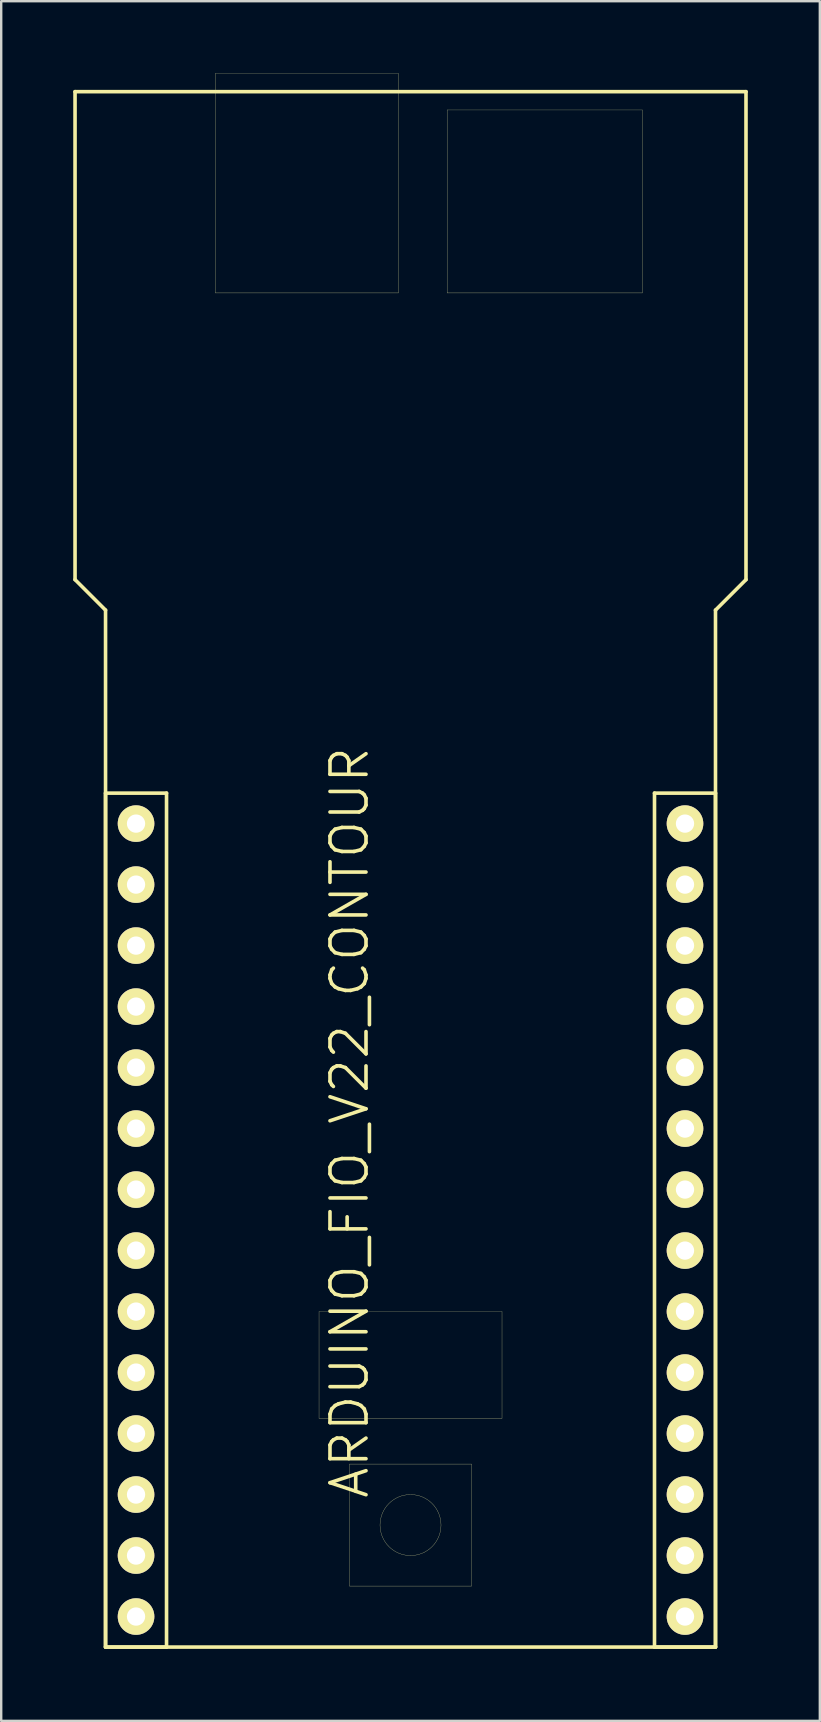
<source format=kicad_pcb>
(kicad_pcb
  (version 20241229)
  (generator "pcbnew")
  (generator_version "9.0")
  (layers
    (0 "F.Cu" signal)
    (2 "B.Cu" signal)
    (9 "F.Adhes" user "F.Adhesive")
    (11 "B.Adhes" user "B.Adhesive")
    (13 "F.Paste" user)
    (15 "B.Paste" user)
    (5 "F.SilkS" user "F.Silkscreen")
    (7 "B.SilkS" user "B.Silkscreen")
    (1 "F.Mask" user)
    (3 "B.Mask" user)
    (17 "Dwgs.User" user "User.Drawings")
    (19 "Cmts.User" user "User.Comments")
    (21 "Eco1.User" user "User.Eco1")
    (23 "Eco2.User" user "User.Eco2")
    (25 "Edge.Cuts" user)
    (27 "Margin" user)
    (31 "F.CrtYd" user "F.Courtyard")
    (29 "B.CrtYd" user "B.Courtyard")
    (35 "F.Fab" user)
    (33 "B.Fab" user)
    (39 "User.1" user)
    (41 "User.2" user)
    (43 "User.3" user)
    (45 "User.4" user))
  (footprint "ARDUINO_FIO_V22_CONTOUR"
    (layer "F.Cu")
    (at 14.045 47.757)
    (property "Reference" "ARDUINO_FIO_V22_CONTOUR" (at -2.54 -4.064 90) (layer "F.SilkS") (effects (font (size 1.5 1.5) (thickness 0.15))))
    (attr through_hole)
    (fp_line (start -13.97 -46.99) (end -13.97 -26.67) (stroke (width 0.15) (type solid)) (layer "F.SilkS"))
    (fp_line (start -13.97 -26.67) (end -12.7 -25.4) (stroke (width 0.15) (type solid)) (layer "F.SilkS"))
    (fp_line (start -12.7 -25.4) (end -12.7 17.78) (stroke (width 0.15) (type solid)) (layer "F.SilkS"))
    (fp_line (start -12.7 -17.78) (end -10.16 -17.78) (stroke (width 0.15) (type solid)) (layer "F.SilkS"))
    (fp_line (start -12.7 17.78) (end -12.7 -17.78) (stroke (width 0.15) (type solid)) (layer "F.SilkS"))
    (fp_line (start -12.7 17.78) (end 12.7 17.78) (stroke (width 0.15) (type solid)) (layer "F.SilkS"))
    (fp_line (start -10.16 -17.78) (end -10.16 17.78) (stroke (width 0.15) (type solid)) (layer "F.SilkS"))
    (fp_line (start -10.16 17.78) (end -12.7 17.78) (stroke (width 0.15) (type solid)) (layer "F.SilkS"))
    (fp_line (start -8.128 -47.752) (end -0.508 -47.752) (stroke (width 0.01) (type solid)) (layer "F.SilkS"))
    (fp_line (start -8.128 -38.608) (end -8.128 -47.752) (stroke (width 0.01) (type solid)) (layer "F.SilkS"))
    (fp_line (start -3.81 8.255) (end -3.81 3.81) (stroke (width 0.01) (type solid)) (layer "F.SilkS"))
    (fp_line (start -2.54 10.16) (end -2.54 15.24) (stroke (width 0.01) (type solid)) (layer "F.SilkS"))
    (fp_line (start -2.54 15.24) (end 2.54 15.24) (stroke (width 0.01) (type solid)) (layer "F.SilkS"))
    (fp_line (start -0.508 -47.752) (end -0.508 -38.608) (stroke (width 0.01) (type solid)) (layer "F.SilkS"))
    (fp_line (start -0.508 -38.608) (end -8.128 -38.608) (stroke (width 0.01) (type solid)) (layer "F.SilkS"))
    (fp_line (start 1.524 -46.228) (end 1.524 -38.608) (stroke (width 0.01) (type solid)) (layer "F.SilkS"))
    (fp_line (start 1.524 -38.608) (end 9.652 -38.608) (stroke (width 0.01) (type solid)) (layer "F.SilkS"))
    (fp_line (start 2.54 10.16) (end -2.54 10.16) (stroke (width 0.01) (type solid)) (layer "F.SilkS"))
    (fp_line (start 2.54 15.24) (end 2.54 10.16) (stroke (width 0.01) (type solid)) (layer "F.SilkS"))
    (fp_line (start 3.81 3.81) (end -3.81 3.81) (stroke (width 0.01) (type solid)) (layer "F.SilkS"))
    (fp_line (start 3.81 3.81) (end 3.81 8.255) (stroke (width 0.01) (type solid)) (layer "F.SilkS"))
    (fp_line (start 3.81 8.255) (end -3.81 8.255) (stroke (width 0.01) (type solid)) (layer "F.SilkS"))
    (fp_line (start 9.652 -46.228) (end 1.524 -46.228) (stroke (width 0.01) (type solid)) (layer "F.SilkS"))
    (fp_line (start 9.652 -38.608) (end 9.652 -46.228) (stroke (width 0.01) (type solid)) (layer "F.SilkS"))
    (fp_line (start 10.16 -17.78) (end 12.7 -17.78) (stroke (width 0.15) (type solid)) (layer "F.SilkS"))
    (fp_line (start 10.16 17.78) (end 10.16 -17.78) (stroke (width 0.15) (type solid)) (layer "F.SilkS"))
    (fp_line (start 12.7 -25.4) (end 13.97 -26.67) (stroke (width 0.15) (type solid)) (layer "F.SilkS"))
    (fp_line (start 12.7 -17.78) (end 12.7 17.78) (stroke (width 0.15) (type solid)) (layer "F.SilkS"))
    (fp_line (start 12.7 17.78) (end 10.16 17.78) (stroke (width 0.15) (type solid)) (layer "F.SilkS"))
    (fp_line (start 12.7 17.78) (end 12.7 -25.4) (stroke (width 0.15) (type solid)) (layer "F.SilkS"))
    (fp_line (start 13.97 -46.99) (end -13.97 -46.99) (stroke (width 0.15) (type solid)) (layer "F.SilkS"))
    (fp_line (start 13.97 -26.67) (end 13.97 -46.99) (stroke (width 0.15) (type solid)) (layer "F.SilkS"))
    (fp_circle (center 0 12.7) (end -1.27 12.7) (stroke (width 0.01) (type solid)) (fill no) (layer "F.SilkS"))
    (pad "2" thru_hole circle (at -11.43 -11.43) (size 1.524 1.524) (drill 0.762) (layers "*.Cu" "*.Mask" "F.SilkS"))
    (pad "3" thru_hole circle (at -11.43 -8.89) (size 1.524 1.524) (drill 0.762) (layers "*.Cu" "*.Mask" "F.SilkS"))
    (pad "3V31" thru_hole circle (at -11.43 -16.51) (size 1.524 1.524) (drill 0.762) (layers "*.Cu" "*.Mask" "F.SilkS"))
    (pad "3V32" thru_hole circle (at 11.43 -11.43) (size 1.524 1.524) (drill 0.762) (layers "*.Cu" "*.Mask" "F.SilkS"))
    (pad "4" thru_hole circle (at -11.43 -6.35) (size 1.524 1.524) (drill 0.762) (layers "*.Cu" "*.Mask" "F.SilkS"))
    (pad "5" thru_hole circle (at -11.43 -3.81) (size 1.524 1.524) (drill 0.762) (layers "*.Cu" "*.Mask" "F.SilkS"))
    (pad "6" thru_hole circle (at -11.43 -1.27) (size 1.524 1.524) (drill 0.762) (layers "*.Cu" "*.Mask" "F.SilkS"))
    (pad "7" thru_hole circle (at -11.43 1.27) (size 1.524 1.524) (drill 0.762) (layers "*.Cu" "*.Mask" "F.SilkS"))
    (pad "8" thru_hole circle (at -11.43 3.81) (size 1.524 1.524) (drill 0.762) (layers "*.Cu" "*.Mask" "F.SilkS"))
    (pad "9" thru_hole circle (at -11.43 6.35) (size 1.524 1.524) (drill 0.762) (layers "*.Cu" "*.Mask" "F.SilkS"))
    (pad "10" thru_hole circle (at -11.43 8.89) (size 1.524 1.524) (drill 0.762) (layers "*.Cu" "*.Mask" "F.SilkS"))
    (pad "11" thru_hole circle (at -11.43 11.43) (size 1.524 1.524) (drill 0.762) (layers "*.Cu" "*.Mask" "F.SilkS"))
    (pad "12" thru_hole circle (at -11.43 13.97) (size 1.524 1.524) (drill 0.762) (layers "*.Cu" "*.Mask" "F.SilkS"))
    (pad "13" thru_hole circle (at -11.43 16.51) (size 1.524 1.524) (drill 0.762) (layers "*.Cu" "*.Mask" "F.SilkS"))
    (pad "A0" thru_hole circle (at 11.43 -1.27) (size 1.524 1.524) (drill 0.762) (layers "*.Cu" "*.Mask" "F.SilkS"))
    (pad "A1" thru_hole circle (at 11.43 1.27) (size 1.524 1.524) (drill 0.762) (layers "*.Cu" "*.Mask" "F.SilkS"))
    (pad "A2" thru_hole circle (at 11.43 3.81) (size 1.524 1.524) (drill 0.762) (layers "*.Cu" "*.Mask" "F.SilkS"))
    (pad "A3" thru_hole circle (at 11.43 6.35) (size 1.524 1.524) (drill 0.762) (layers "*.Cu" "*.Mask" "F.SilkS"))
    (pad "A4" thru_hole circle (at 11.43 8.89) (size 1.524 1.524) (drill 0.762) (layers "*.Cu" "*.Mask" "F.SilkS"))
    (pad "A5" thru_hole circle (at 11.43 11.43) (size 1.524 1.524) (drill 0.762) (layers "*.Cu" "*.Mask" "F.SilkS"))
    (pad "A6" thru_hole circle (at 11.43 13.97) (size 1.524 1.524) (drill 0.762) (layers "*.Cu" "*.Mask" "F.SilkS"))
    (pad "A7" thru_hole circle (at 11.43 16.51) (size 1.524 1.524) (drill 0.762) (layers "*.Cu" "*.Mask" "F.SilkS"))
    (pad "AREF" thru_hole circle (at 11.43 -13.97) (size 1.524 1.524) (drill 0.762) (layers "*.Cu" "*.Mask" "F.SilkS"))
    (pad "DTR" thru_hole circle (at 11.43 -3.81) (size 1.524 1.524) (drill 0.762) (layers "*.Cu" "*.Mask" "F.SilkS"))
    (pad "GND1" thru_hole circle (at -11.43 -13.97) (size 1.524 1.524) (drill 0.762) (layers "*.Cu" "*.Mask" "F.SilkS"))
    (pad "GND2" thru_hole circle (at 11.43 -16.51) (size 1.524 1.524) (drill 0.762) (layers "*.Cu" "*.Mask" "F.SilkS"))
    (pad "RX" thru_hole circle (at 11.43 -8.89) (size 1.524 1.524) (drill 0.762) (layers "*.Cu" "*.Mask" "F.SilkS"))
    (pad "TX" thru_hole circle (at 11.43 -6.35) (size 1.524 1.524) (drill 0.762) (layers "*.Cu" "*.Mask" "F.SilkS")))
  (gr_rect
    (start -3 -3)
    (end 31.09 68.612)
    (stroke (width 0.1) (type default))
    (fill no)
    (layer "Edge.Cuts")))
</source>
